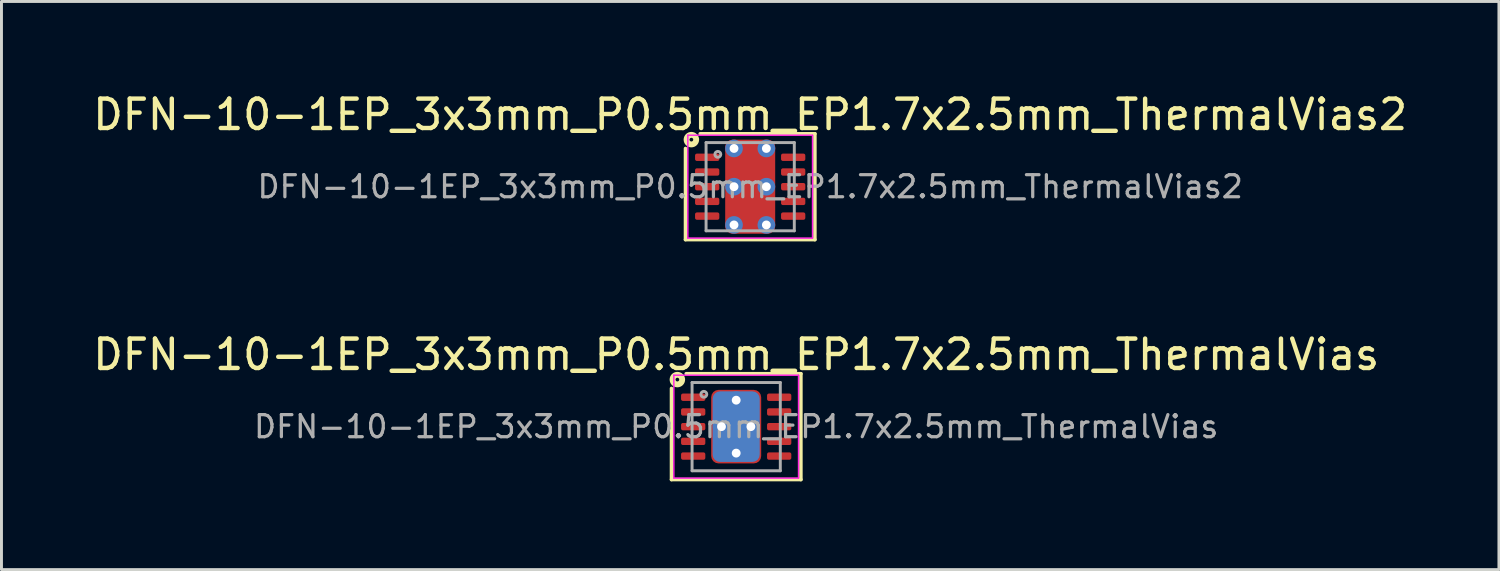
<source format=kicad_pcb>
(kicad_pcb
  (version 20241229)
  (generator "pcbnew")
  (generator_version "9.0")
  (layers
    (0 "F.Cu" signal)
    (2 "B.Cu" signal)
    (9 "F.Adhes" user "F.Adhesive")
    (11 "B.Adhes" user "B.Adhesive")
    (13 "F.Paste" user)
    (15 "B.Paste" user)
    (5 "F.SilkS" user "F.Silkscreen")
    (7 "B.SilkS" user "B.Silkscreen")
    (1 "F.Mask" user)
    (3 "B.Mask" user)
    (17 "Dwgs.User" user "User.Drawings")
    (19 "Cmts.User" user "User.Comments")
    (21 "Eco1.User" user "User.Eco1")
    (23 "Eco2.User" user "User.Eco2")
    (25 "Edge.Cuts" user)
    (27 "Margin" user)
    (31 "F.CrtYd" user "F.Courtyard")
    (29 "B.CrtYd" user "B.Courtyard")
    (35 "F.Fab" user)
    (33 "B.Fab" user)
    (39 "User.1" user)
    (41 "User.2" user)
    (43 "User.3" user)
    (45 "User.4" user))
  (footprint "DFN-10-1EP_3x3mm_P0.5mm_EP1.7x2.5mm_ThermalVias2"
    (layer "F.Cu")
    (at 22.458 3.298)
    (property "Reference" "DFN-10-1EP_3x3mm_P0.5mm_EP1.7x2.5mm_ThermalVias2" (at 0 -2.45 0) (layer "F.SilkS") (effects (font (size 1 1) (thickness 0.15))))
    (attr smd)
    (fp_line (start -2.2 1.8) (end -2.2 -1.3) (stroke (width 0.12) (type solid)) (layer "F.SilkS"))
    (fp_line (start -1.7 -1.8) (end 2.2 -1.8) (stroke (width 0.12) (type solid)) (layer "F.SilkS"))
    (fp_line (start 2.2 -1.8) (end 2.2 1.8) (stroke (width 0.12) (type solid)) (layer "F.SilkS"))
    (fp_line (start 2.2 1.8) (end -2.2 1.8) (stroke (width 0.12) (type solid)) (layer "F.SilkS"))
    (fp_circle (center -2 -1.6) (end -1.937 -1.6) (stroke (width 0.2) (type solid)) (fill no) (layer "F.SilkS"))
    (fp_line (start -2.12 -1.75) (end -2.12 1.75) (stroke (width 0.05) (type solid)) (layer "F.CrtYd"))
    (fp_line (start -2.12 1.75) (end 2.12 1.75) (stroke (width 0.05) (type solid)) (layer "F.CrtYd"))
    (fp_line (start 2.12 -1.75) (end -2.12 -1.75) (stroke (width 0.05) (type solid)) (layer "F.CrtYd"))
    (fp_line (start 2.12 1.75) (end 2.12 -1.75) (stroke (width 0.05) (type solid)) (layer "F.CrtYd"))
    (fp_line (start -1.5 -1.5) (end 1.5 -1.5) (stroke (width 0.1) (type solid)) (layer "F.Fab"))
    (fp_line (start -1.5 1.5) (end -1.5 -1.5) (stroke (width 0.1) (type solid)) (layer "F.Fab"))
    (fp_line (start 1.5 -1.5) (end 1.5 1.5) (stroke (width 0.1) (type solid)) (layer "F.Fab"))
    (fp_line (start 1.5 1.5) (end -1.5 1.5) (stroke (width 0.1) (type solid)) (layer "F.Fab"))
    (fp_circle (center -1.1 -1.1) (end -1 -1.1) (stroke (width 0.1) (type solid)) (fill no) (layer "F.Fab"))
    (fp_text user "${REFERENCE}" (at 0 0 0) (layer "F.Fab") (effects (font (size 0.75 0.75) (thickness 0.11))))
    (pad "" smd roundrect (at -0.375 -0.65) (size 0.55 0.5) (layers "F.Paste") (roundrect_rratio 0.25))
    (pad "" smd roundrect (at -0.375 0.65) (size 0.55 0.5) (layers "F.Paste") (roundrect_rratio 0.25))
    (pad "" smd roundrect (at 0 -0.65) (size 1.5 0.7) (layers "F.Mask") (roundrect_rratio 0.25))
    (pad "" smd roundrect (at 0 0.65) (size 1.5 0.7) (layers "F.Mask") (roundrect_rratio 0.25))
    (pad "" smd roundrect (at 0.375 -0.65) (size 0.55 0.5) (layers "F.Paste") (roundrect_rratio 0.25))
    (pad "" smd roundrect (at 0.375 0.65) (size 0.55 0.5) (layers "F.Paste") (roundrect_rratio 0.25))
    (pad "1" smd roundrect (at -1.462 -1) (size 0.825 0.25) (layers "F.Cu" "F.Mask" "F.Paste") (roundrect_rratio 0.25))
    (pad "2" smd roundrect (at -1.462 -0.5) (size 0.825 0.25) (layers "F.Cu" "F.Mask" "F.Paste") (roundrect_rratio 0.25))
    (pad "3" smd roundrect (at -1.462 0) (size 0.825 0.25) (layers "F.Cu" "F.Mask" "F.Paste") (roundrect_rratio 0.25))
    (pad "4" smd roundrect (at -1.462 0.5) (size 0.825 0.25) (layers "F.Cu" "F.Mask" "F.Paste") (roundrect_rratio 0.25))
    (pad "5" smd roundrect (at -1.462 1) (size 0.825 0.25) (layers "F.Cu" "F.Mask" "F.Paste") (roundrect_rratio 0.25))
    (pad "6" smd roundrect (at 1.462 1) (size 0.825 0.25) (layers "F.Cu" "F.Mask" "F.Paste") (roundrect_rratio 0.25))
    (pad "7" smd roundrect (at 1.462 0.5) (size 0.825 0.25) (layers "F.Cu" "F.Mask" "F.Paste") (roundrect_rratio 0.25))
    (pad "8" smd roundrect (at 1.462 0) (size 0.825 0.25) (layers "F.Cu" "F.Mask" "F.Paste") (roundrect_rratio 0.25))
    (pad "9" smd roundrect (at 1.462 -0.5) (size 0.825 0.25) (layers "F.Cu" "F.Mask" "F.Paste") (roundrect_rratio 0.25))
    (pad "10" smd roundrect (at 1.462 -1) (size 0.825 0.25) (layers "F.Cu" "F.Mask" "F.Paste") (roundrect_rratio 0.25))
    (pad "11" thru_hole circle (at -0.55 -1.3) (size 0.6 0.6) (drill 0.3) (property pad_prop_heatsink) (layers "*.Cu" "*.Mask"))
    (pad "11" thru_hole circle (at -0.55 0) (size 0.6 0.6) (drill 0.3) (property pad_prop_heatsink) (layers "*.Cu" "*.Mask"))
    (pad "11" thru_hole circle (at -0.55 1.3) (size 0.6 0.6) (drill 0.3) (property pad_prop_heatsink) (layers "*.Cu" "*.Mask"))
    (pad "11" smd roundrect (at 0 0) (size 1.7 3.2) (layers "F.Cu") (roundrect_rratio 0.147))
    (pad "11" thru_hole circle (at 0.55 -1.3) (size 0.6 0.6) (drill 0.3) (property pad_prop_heatsink) (layers "*.Cu" "*.Mask"))
    (pad "11" thru_hole circle (at 0.55 0) (size 0.6 0.6) (drill 0.3) (property pad_prop_heatsink) (layers "*.Cu" "*.Mask"))
    (pad "11" thru_hole circle (at 0.55 1.3) (size 0.6 0.6) (drill 0.3) (property pad_prop_heatsink) (layers "*.Cu" "*.Mask")))
  (footprint "DFN-10-1EP_3x3mm_P0.5mm_EP1.7x2.5mm_ThermalVias"
    (layer "F.Cu")
    (at 21.982 11.457)
    (property "Reference" "DFN-10-1EP_3x3mm_P0.5mm_EP1.7x2.5mm_ThermalVias" (at 0 -2.45 0) (layer "F.SilkS") (effects (font (size 1 1) (thickness 0.15))))
    (attr smd)
    (fp_line (start -2.2 1.8) (end -2.2 -1.3) (stroke (width 0.12) (type solid)) (layer "F.SilkS"))
    (fp_line (start -1.7 -1.8) (end 2.2 -1.8) (stroke (width 0.12) (type solid)) (layer "F.SilkS"))
    (fp_line (start 2.2 -1.8) (end 2.2 1.8) (stroke (width 0.12) (type solid)) (layer "F.SilkS"))
    (fp_line (start 2.2 1.8) (end -2.2 1.8) (stroke (width 0.12) (type solid)) (layer "F.SilkS"))
    (fp_circle (center -2 -1.6) (end -1.937 -1.6) (stroke (width 0.2) (type solid)) (fill no) (layer "F.SilkS"))
    (fp_line (start -2.12 -1.75) (end -2.12 1.75) (stroke (width 0.05) (type solid)) (layer "F.CrtYd"))
    (fp_line (start -2.12 1.75) (end 2.12 1.75) (stroke (width 0.05) (type solid)) (layer "F.CrtYd"))
    (fp_line (start 2.12 -1.75) (end -2.12 -1.75) (stroke (width 0.05) (type solid)) (layer "F.CrtYd"))
    (fp_line (start 2.12 1.75) (end 2.12 -1.75) (stroke (width 0.05) (type solid)) (layer "F.CrtYd"))
    (fp_line (start -1.5 -1.5) (end 1.5 -1.5) (stroke (width 0.1) (type solid)) (layer "F.Fab"))
    (fp_line (start -1.5 1.5) (end -1.5 -1.5) (stroke (width 0.1) (type solid)) (layer "F.Fab"))
    (fp_line (start 1.5 -1.5) (end 1.5 1.5) (stroke (width 0.1) (type solid)) (layer "F.Fab"))
    (fp_line (start 1.5 1.5) (end -1.5 1.5) (stroke (width 0.1) (type solid)) (layer "F.Fab"))
    (fp_circle (center -1.1 -1.1) (end -1 -1.1) (stroke (width 0.1) (type solid)) (fill no) (layer "F.Fab"))
    (fp_text user "${REFERENCE}" (at 0 0 0) (layer "F.Fab") (effects (font (size 0.75 0.75) (thickness 0.11))))
    (pad "" smd roundrect (at -0.435 -0.615) (size 0.67 1.03) (layers "F.Paste") (roundrect_rratio 0.25))
    (pad "" smd roundrect (at -0.435 0.615) (size 0.67 1.03) (layers "F.Paste") (roundrect_rratio 0.25))
    (pad "" smd roundrect (at 0.435 -0.615) (size 0.67 1.03) (layers "F.Paste") (roundrect_rratio 0.25))
    (pad "" smd roundrect (at 0.435 0.615) (size 0.67 1.03) (layers "F.Paste") (roundrect_rratio 0.25))
    (pad "1" smd roundrect (at -1.462 -1) (size 0.825 0.25) (layers "F.Cu" "F.Mask" "F.Paste") (roundrect_rratio 0.25))
    (pad "2" smd roundrect (at -1.462 -0.5) (size 0.825 0.25) (layers "F.Cu" "F.Mask" "F.Paste") (roundrect_rratio 0.25))
    (pad "3" smd roundrect (at -1.462 0) (size 0.825 0.25) (layers "F.Cu" "F.Mask" "F.Paste") (roundrect_rratio 0.25))
    (pad "4" smd roundrect (at -1.462 0.5) (size 0.825 0.25) (layers "F.Cu" "F.Mask" "F.Paste") (roundrect_rratio 0.25))
    (pad "5" smd roundrect (at -1.462 1) (size 0.825 0.25) (layers "F.Cu" "F.Mask" "F.Paste") (roundrect_rratio 0.25))
    (pad "6" smd roundrect (at 1.462 1) (size 0.825 0.25) (layers "F.Cu" "F.Mask" "F.Paste") (roundrect_rratio 0.25))
    (pad "7" smd roundrect (at 1.462 0.5) (size 0.825 0.25) (layers "F.Cu" "F.Mask" "F.Paste") (roundrect_rratio 0.25))
    (pad "8" smd roundrect (at 1.462 0) (size 0.825 0.25) (layers "F.Cu" "F.Mask" "F.Paste") (roundrect_rratio 0.25))
    (pad "9" smd roundrect (at 1.462 -0.5) (size 0.825 0.25) (layers "F.Cu" "F.Mask" "F.Paste") (roundrect_rratio 0.25))
    (pad "10" smd roundrect (at 1.462 -1) (size 0.825 0.25) (layers "F.Cu" "F.Mask" "F.Paste") (roundrect_rratio 0.25))
    (pad "11" thru_hole circle (at -0.5 0) (size 0.6 0.6) (drill 0.3) (property pad_prop_heatsink) (layers "*.Cu"))
    (pad "11" thru_hole circle (at 0 -0.9) (size 0.6 0.6) (drill 0.3) (property pad_prop_heatsink) (layers "*.Cu"))
    (pad "11" smd roundrect (at 0 0) (size 1.6 2.4) (layers "B.Cu" "B.Mask") (roundrect_rratio 0.156))
    (pad "11" smd roundrect (at 0 0) (size 1.7 2.5) (layers "F.Cu" "F.Mask") (roundrect_rratio 0.147))
    (pad "11" thru_hole circle (at 0 0.9) (size 0.6 0.6) (drill 0.3) (property pad_prop_heatsink) (layers "*.Cu"))
    (pad "11" thru_hole circle (at 0.5 0) (size 0.6 0.6) (drill 0.3) (property pad_prop_heatsink) (layers "*.Cu")))
  (gr_rect
    (start -3 -3)
    (end 47.917 16.317)
    (stroke (width 0.1) (type default))
    (fill no)
    (layer "Edge.Cuts")))
</source>
